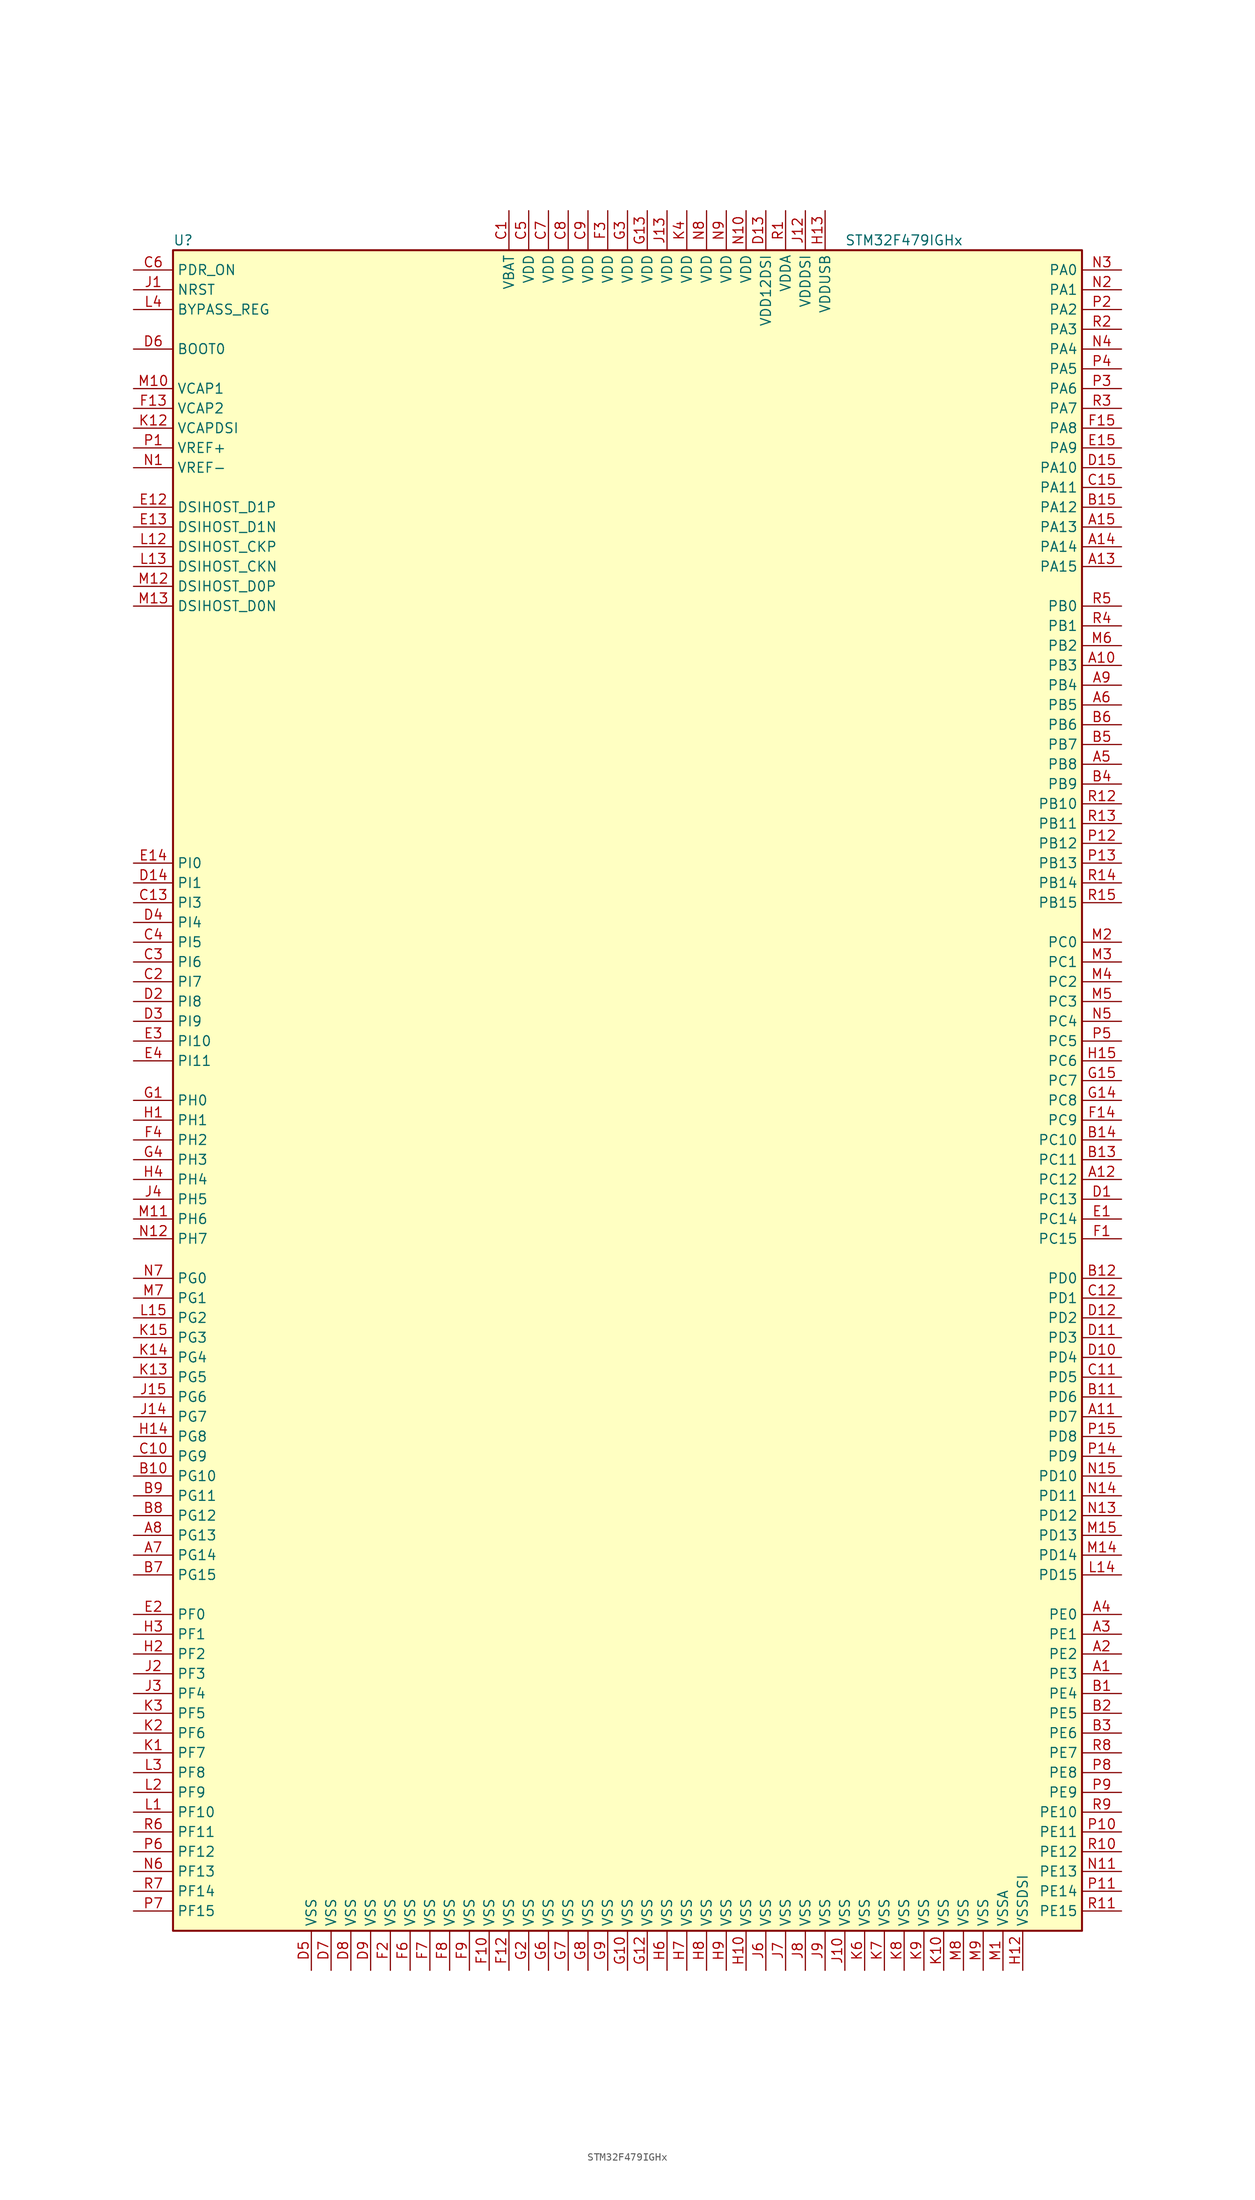
<source format=kicad_sym>
(kicad_symbol_lib
  (version 20220914)
  (generator kicad_symbol_editor)
  (symbol "STM32F479IGHx"
    (property "Reference" "U"
      (at -58.42 107.95 0)
      (effects (font (size 1.27 1.27)) (justify left)))
    (property "Value" "STM32F479IGHx"
      (at 27.94 107.95 0)
      (effects (font (size 1.27 1.27)) (justify left)))
    (symbol "STM32F479IGHx_0_1"
      (rectangle (start -58.42 -109.22) (end 58.42 106.68) (stroke (width 0.254) (type default)) (fill (type background))))
    (symbol "STM32F479IGHx_1_1"
      (pin bidirectional line (at 63.5 -76.2 180) (length 5.08) (name "PE3" (effects (font (size 1.27 1.27)))) (number "A1" (effects (font (size 1.27 1.27)))))
      (pin bidirectional line (at 63.5 53.34 180) (length 5.08) (name "PB3" (effects (font (size 1.27 1.27)))) (number "A10" (effects (font (size 1.27 1.27)))))
      (pin bidirectional line (at 63.5 -43.18 180) (length 5.08) (name "PD7" (effects (font (size 1.27 1.27)))) (number "A11" (effects (font (size 1.27 1.27)))))
      (pin bidirectional line (at 63.5 -12.7 180) (length 5.08) (name "PC12" (effects (font (size 1.27 1.27)))) (number "A12" (effects (font (size 1.27 1.27)))))
      (pin bidirectional line (at 63.5 66.04 180) (length 5.08) (name "PA15" (effects (font (size 1.27 1.27)))) (number "A13" (effects (font (size 1.27 1.27)))))
      (pin bidirectional line (at 63.5 68.58 180) (length 5.08) (name "PA14" (effects (font (size 1.27 1.27)))) (number "A14" (effects (font (size 1.27 1.27)))))
      (pin bidirectional line (at 63.5 71.12 180) (length 5.08) (name "PA13" (effects (font (size 1.27 1.27)))) (number "A15" (effects (font (size 1.27 1.27)))))
      (pin bidirectional line (at 63.5 -73.66 180) (length 5.08) (name "PE2" (effects (font (size 1.27 1.27)))) (number "A2" (effects (font (size 1.27 1.27)))))
      (pin bidirectional line (at 63.5 -71.12 180) (length 5.08) (name "PE1" (effects (font (size 1.27 1.27)))) (number "A3" (effects (font (size 1.27 1.27)))))
      (pin bidirectional line (at 63.5 -68.58 180) (length 5.08) (name "PE0" (effects (font (size 1.27 1.27)))) (number "A4" (effects (font (size 1.27 1.27)))))
      (pin bidirectional line (at 63.5 40.64 180) (length 5.08) (name "PB8" (effects (font (size 1.27 1.27)))) (number "A5" (effects (font (size 1.27 1.27)))))
      (pin bidirectional line (at 63.5 48.26 180) (length 5.08) (name "PB5" (effects (font (size 1.27 1.27)))) (number "A6" (effects (font (size 1.27 1.27)))))
      (pin bidirectional line (at -63.5 -60.96 0) (length 5.08) (name "PG14" (effects (font (size 1.27 1.27)))) (number "A7" (effects (font (size 1.27 1.27)))))
      (pin bidirectional line (at -63.5 -58.42 0) (length 5.08) (name "PG13" (effects (font (size 1.27 1.27)))) (number "A8" (effects (font (size 1.27 1.27)))))
      (pin bidirectional line (at 63.5 50.8 180) (length 5.08) (name "PB4" (effects (font (size 1.27 1.27)))) (number "A9" (effects (font (size 1.27 1.27)))))
      (pin bidirectional line (at 63.5 -78.74 180) (length 5.08) (name "PE4" (effects (font (size 1.27 1.27)))) (number "B1" (effects (font (size 1.27 1.27)))))
      (pin bidirectional line (at -63.5 -50.8 0) (length 5.08) (name "PG10" (effects (font (size 1.27 1.27)))) (number "B10" (effects (font (size 1.27 1.27)))))
      (pin bidirectional line (at 63.5 -40.64 180) (length 5.08) (name "PD6" (effects (font (size 1.27 1.27)))) (number "B11" (effects (font (size 1.27 1.27)))))
      (pin bidirectional line (at 63.5 -25.4 180) (length 5.08) (name "PD0" (effects (font (size 1.27 1.27)))) (number "B12" (effects (font (size 1.27 1.27)))))
      (pin bidirectional line (at 63.5 -10.16 180) (length 5.08) (name "PC11" (effects (font (size 1.27 1.27)))) (number "B13" (effects (font (size 1.27 1.27)))))
      (pin bidirectional line (at 63.5 -7.62 180) (length 5.08) (name "PC10" (effects (font (size 1.27 1.27)))) (number "B14" (effects (font (size 1.27 1.27)))))
      (pin bidirectional line (at 63.5 73.66 180) (length 5.08) (name "PA12" (effects (font (size 1.27 1.27)))) (number "B15" (effects (font (size 1.27 1.27)))))
      (pin bidirectional line (at 63.5 -81.28 180) (length 5.08) (name "PE5" (effects (font (size 1.27 1.27)))) (number "B2" (effects (font (size 1.27 1.27)))))
      (pin bidirectional line (at 63.5 -83.82 180) (length 5.08) (name "PE6" (effects (font (size 1.27 1.27)))) (number "B3" (effects (font (size 1.27 1.27)))))
      (pin bidirectional line (at 63.5 38.1 180) (length 5.08) (name "PB9" (effects (font (size 1.27 1.27)))) (number "B4" (effects (font (size 1.27 1.27)))))
      (pin bidirectional line (at 63.5 43.18 180) (length 5.08) (name "PB7" (effects (font (size 1.27 1.27)))) (number "B5" (effects (font (size 1.27 1.27)))))
      (pin bidirectional line (at 63.5 45.72 180) (length 5.08) (name "PB6" (effects (font (size 1.27 1.27)))) (number "B6" (effects (font (size 1.27 1.27)))))
      (pin bidirectional line (at -63.5 -63.5 0) (length 5.08) (name "PG15" (effects (font (size 1.27 1.27)))) (number "B7" (effects (font (size 1.27 1.27)))))
      (pin bidirectional line (at -63.5 -55.88 0) (length 5.08) (name "PG12" (effects (font (size 1.27 1.27)))) (number "B8" (effects (font (size 1.27 1.27)))))
      (pin bidirectional line (at -63.5 -53.34 0) (length 5.08) (name "PG11" (effects (font (size 1.27 1.27)))) (number "B9" (effects (font (size 1.27 1.27)))))
      (pin power_in line (at -15.24 111.76 270) (length 5.08) (name "VBAT" (effects (font (size 1.27 1.27)))) (number "C1" (effects (font (size 1.27 1.27)))))
      (pin bidirectional line (at -63.5 -48.26 0) (length 5.08) (name "PG9" (effects (font (size 1.27 1.27)))) (number "C10" (effects (font (size 1.27 1.27)))))
      (pin bidirectional line (at 63.5 -38.1 180) (length 5.08) (name "PD5" (effects (font (size 1.27 1.27)))) (number "C11" (effects (font (size 1.27 1.27)))))
      (pin bidirectional line (at 63.5 -27.94 180) (length 5.08) (name "PD1" (effects (font (size 1.27 1.27)))) (number "C12" (effects (font (size 1.27 1.27)))))
      (pin bidirectional line (at -63.5 22.86 0) (length 5.08) (name "PI3" (effects (font (size 1.27 1.27)))) (number "C13" (effects (font (size 1.27 1.27)))))
      (pin no_connect line (at -58.42 -106.68 0) (length 5.08) hide (name "NC" (effects (font (size 1.27 1.27)))) (number "C14" (effects (font (size 1.27 1.27)))))
      (pin bidirectional line (at 63.5 76.2 180) (length 5.08) (name "PA11" (effects (font (size 1.27 1.27)))) (number "C15" (effects (font (size 1.27 1.27)))))
      (pin bidirectional line (at -63.5 12.7 0) (length 5.08) (name "PI7" (effects (font (size 1.27 1.27)))) (number "C2" (effects (font (size 1.27 1.27)))))
      (pin bidirectional line (at -63.5 15.24 0) (length 5.08) (name "PI6" (effects (font (size 1.27 1.27)))) (number "C3" (effects (font (size 1.27 1.27)))))
      (pin bidirectional line (at -63.5 17.78 0) (length 5.08) (name "PI5" (effects (font (size 1.27 1.27)))) (number "C4" (effects (font (size 1.27 1.27)))))
      (pin power_in line (at -12.7 111.76 270) (length 5.08) (name "VDD" (effects (font (size 1.27 1.27)))) (number "C5" (effects (font (size 1.27 1.27)))))
      (pin input line (at -63.5 104.14 0) (length 5.08) (name "PDR_ON" (effects (font (size 1.27 1.27)))) (number "C6" (effects (font (size 1.27 1.27)))))
      (pin power_in line (at -10.16 111.76 270) (length 5.08) (name "VDD" (effects (font (size 1.27 1.27)))) (number "C7" (effects (font (size 1.27 1.27)))))
      (pin power_in line (at -7.62 111.76 270) (length 5.08) (name "VDD" (effects (font (size 1.27 1.27)))) (number "C8" (effects (font (size 1.27 1.27)))))
      (pin power_in line (at -5.08 111.76 270) (length 5.08) (name "VDD" (effects (font (size 1.27 1.27)))) (number "C9" (effects (font (size 1.27 1.27)))))
      (pin bidirectional line (at 63.5 -15.24 180) (length 5.08) (name "PC13" (effects (font (size 1.27 1.27)))) (number "D1" (effects (font (size 1.27 1.27)))))
      (pin bidirectional line (at 63.5 -35.56 180) (length 5.08) (name "PD4" (effects (font (size 1.27 1.27)))) (number "D10" (effects (font (size 1.27 1.27)))))
      (pin bidirectional line (at 63.5 -33.02 180) (length 5.08) (name "PD3" (effects (font (size 1.27 1.27)))) (number "D11" (effects (font (size 1.27 1.27)))))
      (pin bidirectional line (at 63.5 -30.48 180) (length 5.08) (name "PD2" (effects (font (size 1.27 1.27)))) (number "D12" (effects (font (size 1.27 1.27)))))
      (pin power_in line (at 17.78 111.76 270) (length 5.08) (name "VDD12DSI" (effects (font (size 1.27 1.27)))) (number "D13" (effects (font (size 1.27 1.27)))))
      (pin bidirectional line (at -63.5 25.4 0) (length 5.08) (name "PI1" (effects (font (size 1.27 1.27)))) (number "D14" (effects (font (size 1.27 1.27)))))
      (pin bidirectional line (at 63.5 78.74 180) (length 5.08) (name "PA10" (effects (font (size 1.27 1.27)))) (number "D15" (effects (font (size 1.27 1.27)))))
      (pin bidirectional line (at -63.5 10.16 0) (length 5.08) (name "PI8" (effects (font (size 1.27 1.27)))) (number "D2" (effects (font (size 1.27 1.27)))))
      (pin bidirectional line (at -63.5 7.62 0) (length 5.08) (name "PI9" (effects (font (size 1.27 1.27)))) (number "D3" (effects (font (size 1.27 1.27)))))
      (pin bidirectional line (at -63.5 20.32 0) (length 5.08) (name "PI4" (effects (font (size 1.27 1.27)))) (number "D4" (effects (font (size 1.27 1.27)))))
      (pin power_in line (at -40.64 -114.3 90) (length 5.08) (name "VSS" (effects (font (size 1.27 1.27)))) (number "D5" (effects (font (size 1.27 1.27)))))
      (pin input line (at -63.5 93.98 0) (length 5.08) (name "BOOT0" (effects (font (size 1.27 1.27)))) (number "D6" (effects (font (size 1.27 1.27)))))
      (pin power_in line (at -38.1 -114.3 90) (length 5.08) (name "VSS" (effects (font (size 1.27 1.27)))) (number "D7" (effects (font (size 1.27 1.27)))))
      (pin power_in line (at -35.56 -114.3 90) (length 5.08) (name "VSS" (effects (font (size 1.27 1.27)))) (number "D8" (effects (font (size 1.27 1.27)))))
      (pin power_in line (at -33.02 -114.3 90) (length 5.08) (name "VSS" (effects (font (size 1.27 1.27)))) (number "D9" (effects (font (size 1.27 1.27)))))
      (pin bidirectional line (at 63.5 -17.78 180) (length 5.08) (name "PC14" (effects (font (size 1.27 1.27)))) (number "E1" (effects (font (size 1.27 1.27)))))
      (pin bidirectional line (at -63.5 73.66 0) (length 5.08) (name "DSIHOST_D1P" (effects (font (size 1.27 1.27)))) (number "E12" (effects (font (size 1.27 1.27)))))
      (pin bidirectional line (at -63.5 71.12 0) (length 5.08) (name "DSIHOST_D1N" (effects (font (size 1.27 1.27)))) (number "E13" (effects (font (size 1.27 1.27)))))
      (pin bidirectional line (at -63.5 27.94 0) (length 5.08) (name "PI0" (effects (font (size 1.27 1.27)))) (number "E14" (effects (font (size 1.27 1.27)))))
      (pin bidirectional line (at 63.5 81.28 180) (length 5.08) (name "PA9" (effects (font (size 1.27 1.27)))) (number "E15" (effects (font (size 1.27 1.27)))))
      (pin bidirectional line (at -63.5 -68.58 0) (length 5.08) (name "PF0" (effects (font (size 1.27 1.27)))) (number "E2" (effects (font (size 1.27 1.27)))))
      (pin bidirectional line (at -63.5 5.08 0) (length 5.08) (name "PI10" (effects (font (size 1.27 1.27)))) (number "E3" (effects (font (size 1.27 1.27)))))
      (pin bidirectional line (at -63.5 2.54 0) (length 5.08) (name "PI11" (effects (font (size 1.27 1.27)))) (number "E4" (effects (font (size 1.27 1.27)))))
      (pin bidirectional line (at 63.5 -20.32 180) (length 5.08) (name "PC15" (effects (font (size 1.27 1.27)))) (number "F1" (effects (font (size 1.27 1.27)))))
      (pin power_in line (at -17.78 -114.3 90) (length 5.08) (name "VSS" (effects (font (size 1.27 1.27)))) (number "F10" (effects (font (size 1.27 1.27)))))
      (pin power_in line (at -15.24 -114.3 90) (length 5.08) (name "VSS" (effects (font (size 1.27 1.27)))) (number "F12" (effects (font (size 1.27 1.27)))))
      (pin power_in line (at -63.5 86.36 0) (length 5.08) (name "VCAP2" (effects (font (size 1.27 1.27)))) (number "F13" (effects (font (size 1.27 1.27)))))
      (pin bidirectional line (at 63.5 -5.08 180) (length 5.08) (name "PC9" (effects (font (size 1.27 1.27)))) (number "F14" (effects (font (size 1.27 1.27)))))
      (pin bidirectional line (at 63.5 83.82 180) (length 5.08) (name "PA8" (effects (font (size 1.27 1.27)))) (number "F15" (effects (font (size 1.27 1.27)))))
      (pin power_in line (at -30.48 -114.3 90) (length 5.08) (name "VSS" (effects (font (size 1.27 1.27)))) (number "F2" (effects (font (size 1.27 1.27)))))
      (pin power_in line (at -2.54 111.76 270) (length 5.08) (name "VDD" (effects (font (size 1.27 1.27)))) (number "F3" (effects (font (size 1.27 1.27)))))
      (pin bidirectional line (at -63.5 -7.62 0) (length 5.08) (name "PH2" (effects (font (size 1.27 1.27)))) (number "F4" (effects (font (size 1.27 1.27)))))
      (pin power_in line (at -27.94 -114.3 90) (length 5.08) (name "VSS" (effects (font (size 1.27 1.27)))) (number "F6" (effects (font (size 1.27 1.27)))))
      (pin power_in line (at -25.4 -114.3 90) (length 5.08) (name "VSS" (effects (font (size 1.27 1.27)))) (number "F7" (effects (font (size 1.27 1.27)))))
      (pin power_in line (at -22.86 -114.3 90) (length 5.08) (name "VSS" (effects (font (size 1.27 1.27)))) (number "F8" (effects (font (size 1.27 1.27)))))
      (pin power_in line (at -20.32 -114.3 90) (length 5.08) (name "VSS" (effects (font (size 1.27 1.27)))) (number "F9" (effects (font (size 1.27 1.27)))))
      (pin input line (at -63.5 -2.54 0) (length 5.08) (name "PH0" (effects (font (size 1.27 1.27)))) (number "G1" (effects (font (size 1.27 1.27)))))
      (pin power_in line (at 0 -114.3 90) (length 5.08) (name "VSS" (effects (font (size 1.27 1.27)))) (number "G10" (effects (font (size 1.27 1.27)))))
      (pin power_in line (at 2.54 -114.3 90) (length 5.08) (name "VSS" (effects (font (size 1.27 1.27)))) (number "G12" (effects (font (size 1.27 1.27)))))
      (pin power_in line (at 2.54 111.76 270) (length 5.08) (name "VDD" (effects (font (size 1.27 1.27)))) (number "G13" (effects (font (size 1.27 1.27)))))
      (pin bidirectional line (at 63.5 -2.54 180) (length 5.08) (name "PC8" (effects (font (size 1.27 1.27)))) (number "G14" (effects (font (size 1.27 1.27)))))
      (pin bidirectional line (at 63.5 0 180) (length 5.08) (name "PC7" (effects (font (size 1.27 1.27)))) (number "G15" (effects (font (size 1.27 1.27)))))
      (pin power_in line (at -12.7 -114.3 90) (length 5.08) (name "VSS" (effects (font (size 1.27 1.27)))) (number "G2" (effects (font (size 1.27 1.27)))))
      (pin power_in line (at 0 111.76 270) (length 5.08) (name "VDD" (effects (font (size 1.27 1.27)))) (number "G3" (effects (font (size 1.27 1.27)))))
      (pin bidirectional line (at -63.5 -10.16 0) (length 5.08) (name "PH3" (effects (font (size 1.27 1.27)))) (number "G4" (effects (font (size 1.27 1.27)))))
      (pin power_in line (at -10.16 -114.3 90) (length 5.08) (name "VSS" (effects (font (size 1.27 1.27)))) (number "G6" (effects (font (size 1.27 1.27)))))
      (pin power_in line (at -7.62 -114.3 90) (length 5.08) (name "VSS" (effects (font (size 1.27 1.27)))) (number "G7" (effects (font (size 1.27 1.27)))))
      (pin power_in line (at -5.08 -114.3 90) (length 5.08) (name "VSS" (effects (font (size 1.27 1.27)))) (number "G8" (effects (font (size 1.27 1.27)))))
      (pin power_in line (at -2.54 -114.3 90) (length 5.08) (name "VSS" (effects (font (size 1.27 1.27)))) (number "G9" (effects (font (size 1.27 1.27)))))
      (pin input line (at -63.5 -5.08 0) (length 5.08) (name "PH1" (effects (font (size 1.27 1.27)))) (number "H1" (effects (font (size 1.27 1.27)))))
      (pin power_in line (at 15.24 -114.3 90) (length 5.08) (name "VSS" (effects (font (size 1.27 1.27)))) (number "H10" (effects (font (size 1.27 1.27)))))
      (pin power_in line (at 50.8 -114.3 90) (length 5.08) (name "VSSDSI" (effects (font (size 1.27 1.27)))) (number "H12" (effects (font (size 1.27 1.27)))))
      (pin power_in line (at 25.4 111.76 270) (length 5.08) (name "VDDUSB" (effects (font (size 1.27 1.27)))) (number "H13" (effects (font (size 1.27 1.27)))))
      (pin bidirectional line (at -63.5 -45.72 0) (length 5.08) (name "PG8" (effects (font (size 1.27 1.27)))) (number "H14" (effects (font (size 1.27 1.27)))))
      (pin bidirectional line (at 63.5 2.54 180) (length 5.08) (name "PC6" (effects (font (size 1.27 1.27)))) (number "H15" (effects (font (size 1.27 1.27)))))
      (pin bidirectional line (at -63.5 -73.66 0) (length 5.08) (name "PF2" (effects (font (size 1.27 1.27)))) (number "H2" (effects (font (size 1.27 1.27)))))
      (pin bidirectional line (at -63.5 -71.12 0) (length 5.08) (name "PF1" (effects (font (size 1.27 1.27)))) (number "H3" (effects (font (size 1.27 1.27)))))
      (pin bidirectional line (at -63.5 -12.7 0) (length 5.08) (name "PH4" (effects (font (size 1.27 1.27)))) (number "H4" (effects (font (size 1.27 1.27)))))
      (pin power_in line (at 5.08 -114.3 90) (length 5.08) (name "VSS" (effects (font (size 1.27 1.27)))) (number "H6" (effects (font (size 1.27 1.27)))))
      (pin power_in line (at 7.62 -114.3 90) (length 5.08) (name "VSS" (effects (font (size 1.27 1.27)))) (number "H7" (effects (font (size 1.27 1.27)))))
      (pin power_in line (at 10.16 -114.3 90) (length 5.08) (name "VSS" (effects (font (size 1.27 1.27)))) (number "H8" (effects (font (size 1.27 1.27)))))
      (pin power_in line (at 12.7 -114.3 90) (length 5.08) (name "VSS" (effects (font (size 1.27 1.27)))) (number "H9" (effects (font (size 1.27 1.27)))))
      (pin input line (at -63.5 101.6 0) (length 5.08) (name "NRST" (effects (font (size 1.27 1.27)))) (number "J1" (effects (font (size 1.27 1.27)))))
      (pin power_in line (at 27.94 -114.3 90) (length 5.08) (name "VSS" (effects (font (size 1.27 1.27)))) (number "J10" (effects (font (size 1.27 1.27)))))
      (pin power_in line (at 22.86 111.76 270) (length 5.08) (name "VDDDSI" (effects (font (size 1.27 1.27)))) (number "J12" (effects (font (size 1.27 1.27)))))
      (pin power_in line (at 5.08 111.76 270) (length 5.08) (name "VDD" (effects (font (size 1.27 1.27)))) (number "J13" (effects (font (size 1.27 1.27)))))
      (pin bidirectional line (at -63.5 -43.18 0) (length 5.08) (name "PG7" (effects (font (size 1.27 1.27)))) (number "J14" (effects (font (size 1.27 1.27)))))
      (pin bidirectional line (at -63.5 -40.64 0) (length 5.08) (name "PG6" (effects (font (size 1.27 1.27)))) (number "J15" (effects (font (size 1.27 1.27)))))
      (pin bidirectional line (at -63.5 -76.2 0) (length 5.08) (name "PF3" (effects (font (size 1.27 1.27)))) (number "J2" (effects (font (size 1.27 1.27)))))
      (pin bidirectional line (at -63.5 -78.74 0) (length 5.08) (name "PF4" (effects (font (size 1.27 1.27)))) (number "J3" (effects (font (size 1.27 1.27)))))
      (pin bidirectional line (at -63.5 -15.24 0) (length 5.08) (name "PH5" (effects (font (size 1.27 1.27)))) (number "J4" (effects (font (size 1.27 1.27)))))
      (pin power_in line (at 17.78 -114.3 90) (length 5.08) (name "VSS" (effects (font (size 1.27 1.27)))) (number "J6" (effects (font (size 1.27 1.27)))))
      (pin power_in line (at 20.32 -114.3 90) (length 5.08) (name "VSS" (effects (font (size 1.27 1.27)))) (number "J7" (effects (font (size 1.27 1.27)))))
      (pin power_in line (at 22.86 -114.3 90) (length 5.08) (name "VSS" (effects (font (size 1.27 1.27)))) (number "J8" (effects (font (size 1.27 1.27)))))
      (pin power_in line (at 25.4 -114.3 90) (length 5.08) (name "VSS" (effects (font (size 1.27 1.27)))) (number "J9" (effects (font (size 1.27 1.27)))))
      (pin bidirectional line (at -63.5 -86.36 0) (length 5.08) (name "PF7" (effects (font (size 1.27 1.27)))) (number "K1" (effects (font (size 1.27 1.27)))))
      (pin power_in line (at 40.64 -114.3 90) (length 5.08) (name "VSS" (effects (font (size 1.27 1.27)))) (number "K10" (effects (font (size 1.27 1.27)))))
      (pin power_in line (at -63.5 83.82 0) (length 5.08) (name "VCAPDSI" (effects (font (size 1.27 1.27)))) (number "K12" (effects (font (size 1.27 1.27)))))
      (pin bidirectional line (at -63.5 -38.1 0) (length 5.08) (name "PG5" (effects (font (size 1.27 1.27)))) (number "K13" (effects (font (size 1.27 1.27)))))
      (pin bidirectional line (at -63.5 -35.56 0) (length 5.08) (name "PG4" (effects (font (size 1.27 1.27)))) (number "K14" (effects (font (size 1.27 1.27)))))
      (pin bidirectional line (at -63.5 -33.02 0) (length 5.08) (name "PG3" (effects (font (size 1.27 1.27)))) (number "K15" (effects (font (size 1.27 1.27)))))
      (pin bidirectional line (at -63.5 -83.82 0) (length 5.08) (name "PF6" (effects (font (size 1.27 1.27)))) (number "K2" (effects (font (size 1.27 1.27)))))
      (pin bidirectional line (at -63.5 -81.28 0) (length 5.08) (name "PF5" (effects (font (size 1.27 1.27)))) (number "K3" (effects (font (size 1.27 1.27)))))
      (pin power_in line (at 7.62 111.76 270) (length 5.08) (name "VDD" (effects (font (size 1.27 1.27)))) (number "K4" (effects (font (size 1.27 1.27)))))
      (pin power_in line (at 30.48 -114.3 90) (length 5.08) (name "VSS" (effects (font (size 1.27 1.27)))) (number "K6" (effects (font (size 1.27 1.27)))))
      (pin power_in line (at 33.02 -114.3 90) (length 5.08) (name "VSS" (effects (font (size 1.27 1.27)))) (number "K7" (effects (font (size 1.27 1.27)))))
      (pin power_in line (at 35.56 -114.3 90) (length 5.08) (name "VSS" (effects (font (size 1.27 1.27)))) (number "K8" (effects (font (size 1.27 1.27)))))
      (pin power_in line (at 38.1 -114.3 90) (length 5.08) (name "VSS" (effects (font (size 1.27 1.27)))) (number "K9" (effects (font (size 1.27 1.27)))))
      (pin bidirectional line (at -63.5 -93.98 0) (length 5.08) (name "PF10" (effects (font (size 1.27 1.27)))) (number "L1" (effects (font (size 1.27 1.27)))))
      (pin bidirectional line (at -63.5 68.58 0) (length 5.08) (name "DSIHOST_CKP" (effects (font (size 1.27 1.27)))) (number "L12" (effects (font (size 1.27 1.27)))))
      (pin bidirectional line (at -63.5 66.04 0) (length 5.08) (name "DSIHOST_CKN" (effects (font (size 1.27 1.27)))) (number "L13" (effects (font (size 1.27 1.27)))))
      (pin bidirectional line (at 63.5 -63.5 180) (length 5.08) (name "PD15" (effects (font (size 1.27 1.27)))) (number "L14" (effects (font (size 1.27 1.27)))))
      (pin bidirectional line (at -63.5 -30.48 0) (length 5.08) (name "PG2" (effects (font (size 1.27 1.27)))) (number "L15" (effects (font (size 1.27 1.27)))))
      (pin bidirectional line (at -63.5 -91.44 0) (length 5.08) (name "PF9" (effects (font (size 1.27 1.27)))) (number "L2" (effects (font (size 1.27 1.27)))))
      (pin bidirectional line (at -63.5 -88.9 0) (length 5.08) (name "PF8" (effects (font (size 1.27 1.27)))) (number "L3" (effects (font (size 1.27 1.27)))))
      (pin input line (at -63.5 99.06 0) (length 5.08) (name "BYPASS_REG" (effects (font (size 1.27 1.27)))) (number "L4" (effects (font (size 1.27 1.27)))))
      (pin power_in line (at 48.26 -114.3 90) (length 5.08) (name "VSSA" (effects (font (size 1.27 1.27)))) (number "M1" (effects (font (size 1.27 1.27)))))
      (pin power_in line (at -63.5 88.9 0) (length 5.08) (name "VCAP1" (effects (font (size 1.27 1.27)))) (number "M10" (effects (font (size 1.27 1.27)))))
      (pin bidirectional line (at -63.5 -17.78 0) (length 5.08) (name "PH6" (effects (font (size 1.27 1.27)))) (number "M11" (effects (font (size 1.27 1.27)))))
      (pin bidirectional line (at -63.5 63.5 0) (length 5.08) (name "DSIHOST_D0P" (effects (font (size 1.27 1.27)))) (number "M12" (effects (font (size 1.27 1.27)))))
      (pin bidirectional line (at -63.5 60.96 0) (length 5.08) (name "DSIHOST_D0N" (effects (font (size 1.27 1.27)))) (number "M13" (effects (font (size 1.27 1.27)))))
      (pin bidirectional line (at 63.5 -60.96 180) (length 5.08) (name "PD14" (effects (font (size 1.27 1.27)))) (number "M14" (effects (font (size 1.27 1.27)))))
      (pin bidirectional line (at 63.5 -58.42 180) (length 5.08) (name "PD13" (effects (font (size 1.27 1.27)))) (number "M15" (effects (font (size 1.27 1.27)))))
      (pin bidirectional line (at 63.5 17.78 180) (length 5.08) (name "PC0" (effects (font (size 1.27 1.27)))) (number "M2" (effects (font (size 1.27 1.27)))))
      (pin bidirectional line (at 63.5 15.24 180) (length 5.08) (name "PC1" (effects (font (size 1.27 1.27)))) (number "M3" (effects (font (size 1.27 1.27)))))
      (pin bidirectional line (at 63.5 12.7 180) (length 5.08) (name "PC2" (effects (font (size 1.27 1.27)))) (number "M4" (effects (font (size 1.27 1.27)))))
      (pin bidirectional line (at 63.5 10.16 180) (length 5.08) (name "PC3" (effects (font (size 1.27 1.27)))) (number "M5" (effects (font (size 1.27 1.27)))))
      (pin bidirectional line (at 63.5 55.88 180) (length 5.08) (name "PB2" (effects (font (size 1.27 1.27)))) (number "M6" (effects (font (size 1.27 1.27)))))
      (pin bidirectional line (at -63.5 -27.94 0) (length 5.08) (name "PG1" (effects (font (size 1.27 1.27)))) (number "M7" (effects (font (size 1.27 1.27)))))
      (pin power_in line (at 43.18 -114.3 90) (length 5.08) (name "VSS" (effects (font (size 1.27 1.27)))) (number "M8" (effects (font (size 1.27 1.27)))))
      (pin power_in line (at 45.72 -114.3 90) (length 5.08) (name "VSS" (effects (font (size 1.27 1.27)))) (number "M9" (effects (font (size 1.27 1.27)))))
      (pin power_in line (at -63.5 78.74 0) (length 5.08) (name "VREF-" (effects (font (size 1.27 1.27)))) (number "N1" (effects (font (size 1.27 1.27)))))
      (pin power_in line (at 15.24 111.76 270) (length 5.08) (name "VDD" (effects (font (size 1.27 1.27)))) (number "N10" (effects (font (size 1.27 1.27)))))
      (pin bidirectional line (at 63.5 -101.6 180) (length 5.08) (name "PE13" (effects (font (size 1.27 1.27)))) (number "N11" (effects (font (size 1.27 1.27)))))
      (pin bidirectional line (at -63.5 -20.32 0) (length 5.08) (name "PH7" (effects (font (size 1.27 1.27)))) (number "N12" (effects (font (size 1.27 1.27)))))
      (pin bidirectional line (at 63.5 -55.88 180) (length 5.08) (name "PD12" (effects (font (size 1.27 1.27)))) (number "N13" (effects (font (size 1.27 1.27)))))
      (pin bidirectional line (at 63.5 -53.34 180) (length 5.08) (name "PD11" (effects (font (size 1.27 1.27)))) (number "N14" (effects (font (size 1.27 1.27)))))
      (pin bidirectional line (at 63.5 -50.8 180) (length 5.08) (name "PD10" (effects (font (size 1.27 1.27)))) (number "N15" (effects (font (size 1.27 1.27)))))
      (pin bidirectional line (at 63.5 101.6 180) (length 5.08) (name "PA1" (effects (font (size 1.27 1.27)))) (number "N2" (effects (font (size 1.27 1.27)))))
      (pin bidirectional line (at 63.5 104.14 180) (length 5.08) (name "PA0" (effects (font (size 1.27 1.27)))) (number "N3" (effects (font (size 1.27 1.27)))))
      (pin bidirectional line (at 63.5 93.98 180) (length 5.08) (name "PA4" (effects (font (size 1.27 1.27)))) (number "N4" (effects (font (size 1.27 1.27)))))
      (pin bidirectional line (at 63.5 7.62 180) (length 5.08) (name "PC4" (effects (font (size 1.27 1.27)))) (number "N5" (effects (font (size 1.27 1.27)))))
      (pin bidirectional line (at -63.5 -101.6 0) (length 5.08) (name "PF13" (effects (font (size 1.27 1.27)))) (number "N6" (effects (font (size 1.27 1.27)))))
      (pin bidirectional line (at -63.5 -25.4 0) (length 5.08) (name "PG0" (effects (font (size 1.27 1.27)))) (number "N7" (effects (font (size 1.27 1.27)))))
      (pin power_in line (at 10.16 111.76 270) (length 5.08) (name "VDD" (effects (font (size 1.27 1.27)))) (number "N8" (effects (font (size 1.27 1.27)))))
      (pin power_in line (at 12.7 111.76 270) (length 5.08) (name "VDD" (effects (font (size 1.27 1.27)))) (number "N9" (effects (font (size 1.27 1.27)))))
      (pin power_in line (at -63.5 81.28 0) (length 5.08) (name "VREF+" (effects (font (size 1.27 1.27)))) (number "P1" (effects (font (size 1.27 1.27)))))
      (pin bidirectional line (at 63.5 -96.52 180) (length 5.08) (name "PE11" (effects (font (size 1.27 1.27)))) (number "P10" (effects (font (size 1.27 1.27)))))
      (pin bidirectional line (at 63.5 -104.14 180) (length 5.08) (name "PE14" (effects (font (size 1.27 1.27)))) (number "P11" (effects (font (size 1.27 1.27)))))
      (pin bidirectional line (at 63.5 30.48 180) (length 5.08) (name "PB12" (effects (font (size 1.27 1.27)))) (number "P12" (effects (font (size 1.27 1.27)))))
      (pin bidirectional line (at 63.5 27.94 180) (length 5.08) (name "PB13" (effects (font (size 1.27 1.27)))) (number "P13" (effects (font (size 1.27 1.27)))))
      (pin bidirectional line (at 63.5 -48.26 180) (length 5.08) (name "PD9" (effects (font (size 1.27 1.27)))) (number "P14" (effects (font (size 1.27 1.27)))))
      (pin bidirectional line (at 63.5 -45.72 180) (length 5.08) (name "PD8" (effects (font (size 1.27 1.27)))) (number "P15" (effects (font (size 1.27 1.27)))))
      (pin bidirectional line (at 63.5 99.06 180) (length 5.08) (name "PA2" (effects (font (size 1.27 1.27)))) (number "P2" (effects (font (size 1.27 1.27)))))
      (pin bidirectional line (at 63.5 88.9 180) (length 5.08) (name "PA6" (effects (font (size 1.27 1.27)))) (number "P3" (effects (font (size 1.27 1.27)))))
      (pin bidirectional line (at 63.5 91.44 180) (length 5.08) (name "PA5" (effects (font (size 1.27 1.27)))) (number "P4" (effects (font (size 1.27 1.27)))))
      (pin bidirectional line (at 63.5 5.08 180) (length 5.08) (name "PC5" (effects (font (size 1.27 1.27)))) (number "P5" (effects (font (size 1.27 1.27)))))
      (pin bidirectional line (at -63.5 -99.06 0) (length 5.08) (name "PF12" (effects (font (size 1.27 1.27)))) (number "P6" (effects (font (size 1.27 1.27)))))
      (pin bidirectional line (at -63.5 -106.68 0) (length 5.08) (name "PF15" (effects (font (size 1.27 1.27)))) (number "P7" (effects (font (size 1.27 1.27)))))
      (pin bidirectional line (at 63.5 -88.9 180) (length 5.08) (name "PE8" (effects (font (size 1.27 1.27)))) (number "P8" (effects (font (size 1.27 1.27)))))
      (pin bidirectional line (at 63.5 -91.44 180) (length 5.08) (name "PE9" (effects (font (size 1.27 1.27)))) (number "P9" (effects (font (size 1.27 1.27)))))
      (pin power_in line (at 20.32 111.76 270) (length 5.08) (name "VDDA" (effects (font (size 1.27 1.27)))) (number "R1" (effects (font (size 1.27 1.27)))))
      (pin bidirectional line (at 63.5 -99.06 180) (length 5.08) (name "PE12" (effects (font (size 1.27 1.27)))) (number "R10" (effects (font (size 1.27 1.27)))))
      (pin bidirectional line (at 63.5 -106.68 180) (length 5.08) (name "PE15" (effects (font (size 1.27 1.27)))) (number "R11" (effects (font (size 1.27 1.27)))))
      (pin bidirectional line (at 63.5 35.56 180) (length 5.08) (name "PB10" (effects (font (size 1.27 1.27)))) (number "R12" (effects (font (size 1.27 1.27)))))
      (pin bidirectional line (at 63.5 33.02 180) (length 5.08) (name "PB11" (effects (font (size 1.27 1.27)))) (number "R13" (effects (font (size 1.27 1.27)))))
      (pin bidirectional line (at 63.5 25.4 180) (length 5.08) (name "PB14" (effects (font (size 1.27 1.27)))) (number "R14" (effects (font (size 1.27 1.27)))))
      (pin bidirectional line (at 63.5 22.86 180) (length 5.08) (name "PB15" (effects (font (size 1.27 1.27)))) (number "R15" (effects (font (size 1.27 1.27)))))
      (pin bidirectional line (at 63.5 96.52 180) (length 5.08) (name "PA3" (effects (font (size 1.27 1.27)))) (number "R2" (effects (font (size 1.27 1.27)))))
      (pin bidirectional line (at 63.5 86.36 180) (length 5.08) (name "PA7" (effects (font (size 1.27 1.27)))) (number "R3" (effects (font (size 1.27 1.27)))))
      (pin bidirectional line (at 63.5 58.42 180) (length 5.08) (name "PB1" (effects (font (size 1.27 1.27)))) (number "R4" (effects (font (size 1.27 1.27)))))
      (pin bidirectional line (at 63.5 60.96 180) (length 5.08) (name "PB0" (effects (font (size 1.27 1.27)))) (number "R5" (effects (font (size 1.27 1.27)))))
      (pin bidirectional line (at -63.5 -96.52 0) (length 5.08) (name "PF11" (effects (font (size 1.27 1.27)))) (number "R6" (effects (font (size 1.27 1.27)))))
      (pin bidirectional line (at -63.5 -104.14 0) (length 5.08) (name "PF14" (effects (font (size 1.27 1.27)))) (number "R7" (effects (font (size 1.27 1.27)))))
      (pin bidirectional line (at 63.5 -86.36 180) (length 5.08) (name "PE7" (effects (font (size 1.27 1.27)))) (number "R8" (effects (font (size 1.27 1.27)))))
      (pin bidirectional line (at 63.5 -93.98 180) (length 5.08) (name "PE10" (effects (font (size 1.27 1.27)))) (number "R9" (effects (font (size 1.27 1.27))))))))
</source>
